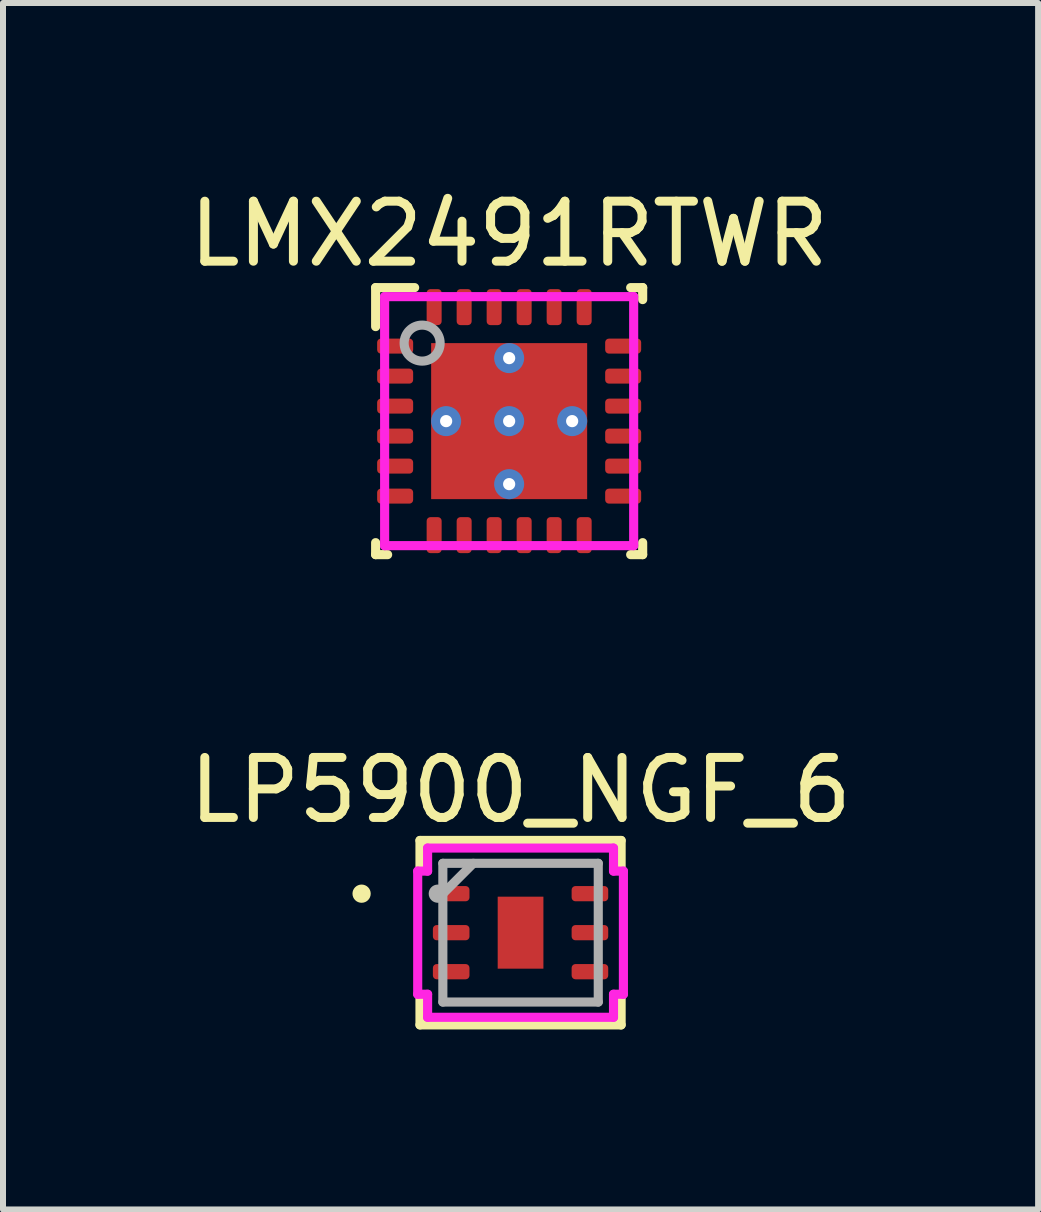
<source format=kicad_pcb>
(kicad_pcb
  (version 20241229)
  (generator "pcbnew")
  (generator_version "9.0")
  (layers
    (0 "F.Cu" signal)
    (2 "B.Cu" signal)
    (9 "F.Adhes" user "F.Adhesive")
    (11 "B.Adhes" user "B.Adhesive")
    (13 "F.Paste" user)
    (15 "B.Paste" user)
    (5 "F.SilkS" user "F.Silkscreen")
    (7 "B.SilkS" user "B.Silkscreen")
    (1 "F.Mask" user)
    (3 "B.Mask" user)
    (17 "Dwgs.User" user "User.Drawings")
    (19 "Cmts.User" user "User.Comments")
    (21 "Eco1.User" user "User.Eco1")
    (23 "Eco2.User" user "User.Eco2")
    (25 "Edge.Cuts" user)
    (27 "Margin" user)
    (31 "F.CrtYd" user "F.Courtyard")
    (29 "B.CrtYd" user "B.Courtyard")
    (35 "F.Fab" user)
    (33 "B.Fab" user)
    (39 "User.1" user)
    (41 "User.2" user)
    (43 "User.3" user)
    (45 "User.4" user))
  (footprint "LMX2491RTWR"
    (layer "F.Cu")
    (at 5.435 3.968)
    (property "Reference" "LMX2491RTWR" (at 0 -3.12 0) (layer "F.SilkS") (effects (font (size 1 1) (thickness 0.15))))
    (attr through_hole)
    (fp_line (start -2.225 -2.225) (end -1.575 -2.225) (stroke (width 0.152) (type solid)) (layer "F.SilkS"))
    (fp_line (start -2.225 -1.575) (end -2.225 -2.225) (stroke (width 0.152) (type solid)) (layer "F.SilkS"))
    (fp_line (start -2.225 2.225) (end -2.225 2.025) (stroke (width 0.152) (type solid)) (layer "F.SilkS"))
    (fp_line (start -2.225 2.225) (end -2.025 2.225) (stroke (width 0.152) (type solid)) (layer "F.SilkS"))
    (fp_line (start 2.025 -2.225) (end 2.225 -2.225) (stroke (width 0.152) (type solid)) (layer "F.SilkS"))
    (fp_line (start 2.025 2.225) (end 2.225 2.225) (stroke (width 0.152) (type solid)) (layer "F.SilkS"))
    (fp_line (start 2.225 -2.025) (end 2.225 -2.225) (stroke (width 0.152) (type solid)) (layer "F.SilkS"))
    (fp_line (start 2.225 2.225) (end 2.225 2.025) (stroke (width 0.152) (type solid)) (layer "F.SilkS"))
    (fp_line (start -2.075 -2.075) (end 2.075 -2.075) (stroke (width 0.152) (type solid)) (layer "F.CrtYd"))
    (fp_line (start -2.075 2.075) (end -2.075 -2.075) (stroke (width 0.152) (type solid)) (layer "F.CrtYd"))
    (fp_line (start -2.075 2.075) (end 2.075 2.075) (stroke (width 0.152) (type solid)) (layer "F.CrtYd"))
    (fp_line (start 2.075 2.075) (end 2.075 -2.075) (stroke (width 0.152) (type solid)) (layer "F.CrtYd"))
    (fp_circle (center -1.45 -1.3) (end -1.15 -1.3) (stroke (width 0.152) (type solid)) (fill no) (layer "F.Fab"))
    (pad "" smd rect (at -0.675 -0.675) (size 1.115 1.15) (layers "F.Paste"))
    (pad "" smd rect (at -0.675 0.675) (size 1.115 1.15) (layers "F.Paste"))
    (pad "" smd rect (at 0.675 -0.675) (size 1.115 1.15) (layers "F.Paste"))
    (pad "" smd rect (at 0.675 0.675) (size 1.115 1.15) (layers "F.Paste"))
    (pad "1" smd roundrect (at -1.9 -1.25 90) (size 0.25 0.6) (layers "F.Cu" "F.Mask" "F.Paste") (roundrect_rratio 0.25))
    (pad "2" smd roundrect (at -1.9 -0.75 90) (size 0.25 0.6) (layers "F.Cu" "F.Mask" "F.Paste") (roundrect_rratio 0.25))
    (pad "3" smd roundrect (at -1.9 -0.25 90) (size 0.25 0.6) (layers "F.Cu" "F.Mask" "F.Paste") (roundrect_rratio 0.25))
    (pad "4" smd roundrect (at -1.9 0.25 90) (size 0.25 0.6) (layers "F.Cu" "F.Mask" "F.Paste") (roundrect_rratio 0.25))
    (pad "5" smd roundrect (at -1.9 0.75 90) (size 0.25 0.6) (layers "F.Cu" "F.Mask" "F.Paste") (roundrect_rratio 0.25))
    (pad "6" smd roundrect (at -1.9 1.25 90) (size 0.25 0.6) (layers "F.Cu" "F.Mask" "F.Paste") (roundrect_rratio 0.25))
    (pad "7" smd roundrect (at -1.25 1.9) (size 0.25 0.6) (layers "F.Cu" "F.Mask" "F.Paste") (roundrect_rratio 0.25))
    (pad "8" smd roundrect (at -0.75 1.9) (size 0.25 0.6) (layers "F.Cu" "F.Mask" "F.Paste") (roundrect_rratio 0.25))
    (pad "9" smd roundrect (at -0.25 1.9) (size 0.25 0.6) (layers "F.Cu" "F.Mask" "F.Paste") (roundrect_rratio 0.25))
    (pad "10" smd roundrect (at 0.25 1.9) (size 0.25 0.6) (layers "F.Cu" "F.Mask" "F.Paste") (roundrect_rratio 0.25))
    (pad "11" smd roundrect (at 0.75 1.9) (size 0.25 0.6) (layers "F.Cu" "F.Mask" "F.Paste") (roundrect_rratio 0.25))
    (pad "12" smd roundrect (at 1.25 1.9) (size 0.25 0.6) (layers "F.Cu" "F.Mask" "F.Paste") (roundrect_rratio 0.25))
    (pad "13" smd roundrect (at 1.9 1.25 90) (size 0.25 0.6) (layers "F.Cu" "F.Mask" "F.Paste") (roundrect_rratio 0.25))
    (pad "14" smd roundrect (at 1.9 0.75 90) (size 0.25 0.6) (layers "F.Cu" "F.Mask" "F.Paste") (roundrect_rratio 0.25))
    (pad "15" smd roundrect (at 1.9 0.25 90) (size 0.25 0.6) (layers "F.Cu" "F.Mask" "F.Paste") (roundrect_rratio 0.25))
    (pad "16" smd roundrect (at 1.9 -0.25 90) (size 0.25 0.6) (layers "F.Cu" "F.Mask" "F.Paste") (roundrect_rratio 0.25))
    (pad "17" smd roundrect (at 1.9 -0.75 90) (size 0.25 0.6) (layers "F.Cu" "F.Mask" "F.Paste") (roundrect_rratio 0.25))
    (pad "18" smd roundrect (at 1.9 -1.25 90) (size 0.25 0.6) (layers "F.Cu" "F.Mask" "F.Paste") (roundrect_rratio 0.25))
    (pad "19" smd roundrect (at 1.25 -1.9) (size 0.25 0.6) (layers "F.Cu" "F.Mask" "F.Paste") (roundrect_rratio 0.25))
    (pad "20" smd roundrect (at 0.75 -1.9) (size 0.25 0.6) (layers "F.Cu" "F.Mask" "F.Paste") (roundrect_rratio 0.25))
    (pad "21" smd roundrect (at 0.25 -1.9) (size 0.25 0.6) (layers "F.Cu" "F.Mask" "F.Paste") (roundrect_rratio 0.25))
    (pad "22" smd roundrect (at -0.25 -1.9) (size 0.25 0.6) (layers "F.Cu" "F.Mask" "F.Paste") (roundrect_rratio 0.25))
    (pad "23" smd roundrect (at -0.75 -1.9) (size 0.25 0.6) (layers "F.Cu" "F.Mask" "F.Paste") (roundrect_rratio 0.25))
    (pad "24" smd roundrect (at -1.25 -1.9) (size 0.25 0.6) (layers "F.Cu" "F.Mask" "F.Paste") (roundrect_rratio 0.25))
    (pad "25" thru_hole circle (at -1.05 0) (size 0.5 0.5) (drill 0.203) (layers "*.Cu" "*.Mask"))
    (pad "25" thru_hole circle (at 0 -1.05) (size 0.5 0.5) (drill 0.203) (layers "*.Cu" "*.Mask"))
    (pad "25" thru_hole circle (at 0 0) (size 0.5 0.5) (drill 0.203) (layers "*.Cu" "*.Mask"))
    (pad "25" smd rect (at 0 0) (size 2.6 2.6) (layers "F.Cu" "F.Mask"))
    (pad "25" thru_hole circle (at 0 1.05) (size 0.5 0.5) (drill 0.203) (layers "*.Cu" "*.Mask"))
    (pad "25" thru_hole circle (at 1.05 0) (size 0.5 0.5) (drill 0.203) (layers "*.Cu" "*.Mask")))
  (footprint "LP5900_NGF_6"
    (layer "F.Cu")
    (at 5.625 12.493)
    (property "Reference" "LP5900_NGF_6" (at 0 -2.375 0) (layer "F.SilkS") (effects (font (size 1 1) (thickness 0.15))))
    (attr through_hole)
    (fp_line (start -1.676 -1.537) (end -1.676 -1.03) (stroke (width 0.152) (type solid)) (layer "F.SilkS"))
    (fp_line (start -1.676 1.03) (end -1.676 1.537) (stroke (width 0.152) (type solid)) (layer "F.SilkS"))
    (fp_line (start -1.676 1.537) (end 1.676 1.537) (stroke (width 0.152) (type solid)) (layer "F.SilkS"))
    (fp_line (start 1.676 -1.537) (end -1.676 -1.537) (stroke (width 0.152) (type solid)) (layer "F.SilkS"))
    (fp_line (start 1.676 -1.03) (end 1.676 -1.537) (stroke (width 0.152) (type solid)) (layer "F.SilkS"))
    (fp_line (start 1.676 1.537) (end 1.676 1.03) (stroke (width 0.152) (type solid)) (layer "F.SilkS"))
    (fp_circle (center -2.649 -0.65) (end -2.573 -0.65) (stroke (width 0.152) (type solid)) (fill no) (layer "F.SilkS"))
    (fp_line (start -1.714 -1.026) (end -1.549 -1.026) (stroke (width 0.152) (type solid)) (layer "F.CrtYd"))
    (fp_line (start -1.714 1.026) (end -1.714 -1.026) (stroke (width 0.152) (type solid)) (layer "F.CrtYd"))
    (fp_line (start -1.549 -1.41) (end 1.549 -1.41) (stroke (width 0.152) (type solid)) (layer "F.CrtYd"))
    (fp_line (start -1.549 -1.026) (end -1.549 -1.41) (stroke (width 0.152) (type solid)) (layer "F.CrtYd"))
    (fp_line (start -1.549 1.026) (end -1.714 1.026) (stroke (width 0.152) (type solid)) (layer "F.CrtYd"))
    (fp_line (start -1.549 1.41) (end -1.549 1.026) (stroke (width 0.152) (type solid)) (layer "F.CrtYd"))
    (fp_line (start 1.549 -1.41) (end 1.549 -1.026) (stroke (width 0.152) (type solid)) (layer "F.CrtYd"))
    (fp_line (start 1.549 -1.026) (end 1.714 -1.026) (stroke (width 0.152) (type solid)) (layer "F.CrtYd"))
    (fp_line (start 1.549 1.026) (end 1.549 1.41) (stroke (width 0.152) (type solid)) (layer "F.CrtYd"))
    (fp_line (start 1.549 1.41) (end -1.549 1.41) (stroke (width 0.152) (type solid)) (layer "F.CrtYd"))
    (fp_line (start 1.714 -1.026) (end 1.714 1.026) (stroke (width 0.152) (type solid)) (layer "F.CrtYd"))
    (fp_line (start 1.714 1.026) (end 1.549 1.026) (stroke (width 0.152) (type solid)) (layer "F.CrtYd"))
    (fp_line (start -1.295 -1.156) (end -1.295 1.156) (stroke (width 0.152) (type solid)) (layer "F.Fab"))
    (fp_line (start -1.295 1.156) (end 1.295 1.156) (stroke (width 0.152) (type solid)) (layer "F.Fab"))
    (fp_line (start -0.787 -1.156) (end -1.295 -0.648) (stroke (width 0.152) (type solid)) (layer "F.Fab"))
    (fp_line (start 1.295 -1.156) (end -1.295 -1.156) (stroke (width 0.152) (type solid)) (layer "F.Fab"))
    (fp_line (start 1.295 1.156) (end 1.295 -1.156) (stroke (width 0.152) (type solid)) (layer "F.Fab"))
    (fp_circle (center -1.379 -0.65) (end -1.303 -0.65) (stroke (width 0.152) (type solid)) (fill no) (layer "F.Fab"))
    (pad "1" smd roundrect (at -1.156 -0.65) (size 0.61 0.254) (layers "F.Cu" "F.Mask" "F.Paste") (roundrect_rratio 0.25))
    (pad "2" smd roundrect (at -1.156 0) (size 0.61 0.254) (layers "F.Cu" "F.Mask" "F.Paste") (roundrect_rratio 0.25))
    (pad "3" smd roundrect (at -1.156 0.65) (size 0.61 0.254) (layers "F.Cu" "F.Mask" "F.Paste") (roundrect_rratio 0.25))
    (pad "4" smd roundrect (at 1.156 0.65) (size 0.61 0.254) (layers "F.Cu" "F.Mask" "F.Paste") (roundrect_rratio 0.25))
    (pad "5" smd roundrect (at 1.156 0) (size 0.61 0.254) (layers "F.Cu" "F.Mask" "F.Paste") (roundrect_rratio 0.25))
    (pad "6" smd roundrect (at 1.156 -0.65) (size 0.61 0.254) (layers "F.Cu" "F.Mask" "F.Paste") (roundrect_rratio 0.25))
    (pad "7" smd rect (at 0 0) (size 0.762 1.2) (layers "F.Cu" "F.Mask" "F.Paste")))
  (gr_rect
    (start -3 -3)
    (end 14.25 17.106)
    (stroke (width 0.1) (type default))
    (fill no)
    (layer "Edge.Cuts")))
</source>
